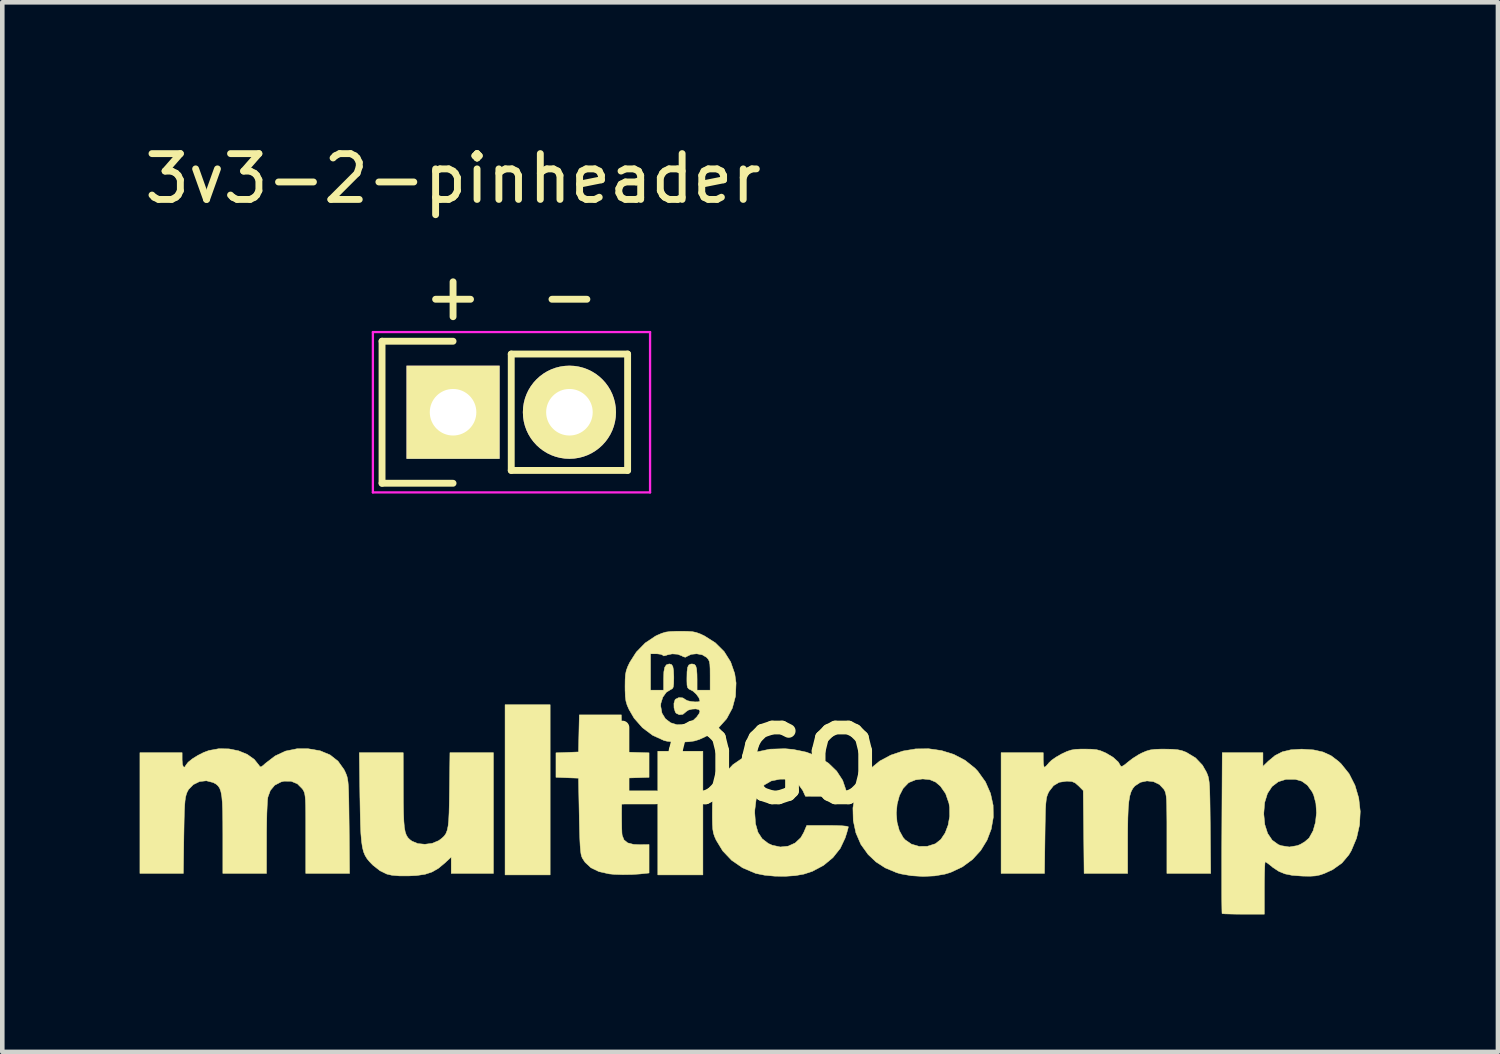
<source format=kicad_pcb>
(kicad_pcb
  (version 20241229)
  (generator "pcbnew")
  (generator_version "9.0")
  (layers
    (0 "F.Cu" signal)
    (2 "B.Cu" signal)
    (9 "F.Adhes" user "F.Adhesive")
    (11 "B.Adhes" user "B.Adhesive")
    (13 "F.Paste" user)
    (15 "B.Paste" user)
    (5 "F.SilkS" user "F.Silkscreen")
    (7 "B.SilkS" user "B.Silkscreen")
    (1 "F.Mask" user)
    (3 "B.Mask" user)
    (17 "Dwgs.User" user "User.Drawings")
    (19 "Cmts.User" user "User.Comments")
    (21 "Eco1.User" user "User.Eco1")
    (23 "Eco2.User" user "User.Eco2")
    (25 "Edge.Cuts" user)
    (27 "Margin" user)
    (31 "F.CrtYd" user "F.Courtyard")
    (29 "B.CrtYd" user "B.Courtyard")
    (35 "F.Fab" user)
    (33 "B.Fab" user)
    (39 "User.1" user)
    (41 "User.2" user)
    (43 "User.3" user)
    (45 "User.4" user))
  (footprint "3v3-2-pinheader"
    (layer "F.Cu")
    (at 6.839 5.948)
    (property "Reference" "3v3-2-pinheader" (at 0 -5.1 0) (layer "F.SilkS") (effects (font (size 1 1) (thickness 0.15))))
    (attr through_hole)
    (fp_line (start -1.55 -1.55) (end 0 -1.55) (stroke (width 0.15) (type solid)) (layer "F.SilkS"))
    (fp_line (start -1.55 1.55) (end -1.55 -1.55) (stroke (width 0.15) (type solid)) (layer "F.SilkS"))
    (fp_line (start 0 1.55) (end -1.55 1.55) (stroke (width 0.15) (type solid)) (layer "F.SilkS"))
    (fp_line (start 1.27 -1.27) (end 1.27 1.27) (stroke (width 0.15) (type solid)) (layer "F.SilkS"))
    (fp_line (start 1.27 -1.27) (end 3.81 -1.27) (stroke (width 0.15) (type solid)) (layer "F.SilkS"))
    (fp_line (start 1.27 1.27) (end 3.81 1.27) (stroke (width 0.15) (type solid)) (layer "F.SilkS"))
    (fp_line (start 3.81 1.27) (end 3.81 -1.27) (stroke (width 0.15) (type solid)) (layer "F.SilkS"))
    (fp_line (start -1.75 -1.75) (end 4.3 -1.75) (stroke (width 0.05) (type solid)) (layer "F.CrtYd"))
    (fp_line (start -1.75 1.75) (end -1.75 -1.75) (stroke (width 0.05) (type solid)) (layer "F.CrtYd"))
    (fp_line (start -1.75 1.75) (end 4.3 1.75) (stroke (width 0.05) (type solid)) (layer "F.CrtYd"))
    (fp_line (start 4.3 1.75) (end 4.3 -1.75) (stroke (width 0.05) (type solid)) (layer "F.CrtYd"))
    (fp_text user "+" (at 0 -2.54 0) (layer "F.SilkS") (effects (font (size 1 1) (thickness 0.15))))
    (fp_text user "-" (at 2.54 -2.54 0) (layer "F.SilkS") (effects (font (size 1 1) (thickness 0.15))))
    (pad "1" thru_hole rect (at 0 0 90) (size 2.032 2.032) (drill 1.016) (layers "*.Cu" "*.Mask" "F.SilkS"))
    (pad "2" thru_hole oval (at 2.54 0 90) (size 2.032 2.032) (drill 1.016) (layers "*.Cu" "*.Mask" "F.SilkS")))
  (footprint "LOGO"
    (layer "F.Cu")
    (at 13.149 13.665)
    (property "Reference" "LOGO" (at 0 0 0) (layer "F.SilkS") (effects (font (size 1.524 1.524) (thickness 0.3))))
    (attr through_hole)
    (fp_poly (pts (xy -4.191 2.381) (xy -5.175 2.381) (xy -5.175 -1.333) (xy -4.191 -1.333) (xy -4.191 2.381)) (stroke (width 0.01) (type solid)) (fill yes) (layer "F.SilkS"))
    (fp_poly (pts (xy -0.857 2.381) (xy -1.841 2.381) (xy -1.841 -0.318) (xy -0.857 -0.318) (xy -0.857 2.381)) (stroke (width 0.01) (type solid)) (fill yes) (layer "F.SilkS"))
    (fp_poly (pts (xy -2.628 -0.706) (xy -2.619 -0.302) (xy -2.326 -0.292) (xy -2.032 -0.283) (xy -2.032 0.252) (xy -2.326 0.261) (xy -2.619 0.27) (xy -2.629 0.841) (xy -2.631 1.033) (xy -2.63 1.21) (xy -2.628 1.358) (xy -2.624 1.466) (xy -2.619 1.516) (xy -2.579 1.617) (xy -2.498 1.683) (xy -2.37 1.716) (xy -2.236 1.722) (xy -2.032 1.719) (xy -2.032 2.34) (xy -2.227 2.361) (xy -2.408 2.373) (xy -2.606 2.376) (xy -2.791 2.37) (xy -2.905 2.359) (xy -3.127 2.309) (xy -3.3 2.226) (xy -3.429 2.106) (xy -3.486 2.02) (xy -3.503 1.981) (xy -3.517 1.927) (xy -3.527 1.851) (xy -3.536 1.746) (xy -3.543 1.602) (xy -3.549 1.412) (xy -3.555 1.169) (xy -3.556 1.095) (xy -3.572 0.27) (xy -3.818 0.261) (xy -4.064 0.251) (xy -4.064 -0.283) (xy -3.818 -0.292) (xy -3.572 -0.302) (xy -3.563 -0.706) (xy -3.554 -1.111) (xy -2.637 -1.111) (xy -2.628 -0.706)) (stroke (width 0.01) (type solid)) (fill yes) (layer "F.SilkS"))
    (fp_poly (pts (xy -7.877 -0.286) (xy -7.398 -0.286) (xy -7.396 0.532) (xy -7.395 0.81) (xy -7.391 1.033) (xy -7.384 1.207) (xy -7.373 1.34) (xy -7.355 1.44) (xy -7.33 1.513) (xy -7.297 1.567) (xy -7.254 1.61) (xy -7.207 1.645) (xy -7.08 1.698) (xy -6.925 1.713) (xy -6.767 1.693) (xy -6.629 1.636) (xy -6.61 1.624) (xy -6.55 1.578) (xy -6.502 1.532) (xy -6.465 1.478) (xy -6.438 1.408) (xy -6.418 1.313) (xy -6.405 1.187) (xy -6.397 1.022) (xy -6.392 0.808) (xy -6.388 0.539) (xy -6.388 0.532) (xy -6.378 -0.286) (xy -5.429 -0.286) (xy -5.429 2.349) (xy -6.35 2.349) (xy -6.35 1.992) (xy -6.495 2.126) (xy -6.633 2.24) (xy -6.77 2.318) (xy -6.921 2.368) (xy -7.105 2.395) (xy -7.271 2.403) (xy -7.483 2.403) (xy -7.645 2.389) (xy -7.757 2.363) (xy -7.906 2.29) (xy -8.057 2.171) (xy -8.063 2.166) (xy -8.13 2.097) (xy -8.185 2.031) (xy -8.229 1.96) (xy -8.264 1.877) (xy -8.289 1.775) (xy -8.308 1.645) (xy -8.322 1.482) (xy -8.331 1.278) (xy -8.337 1.025) (xy -8.342 0.716) (xy -8.343 0.691) (xy -8.356 -0.286) (xy -7.877 -0.286)) (stroke (width 0.01) (type solid)) (fill yes) (layer "F.SilkS"))
    (fp_poly (pts (xy 4.353 -0.332) (xy 4.621 -0.248) (xy 4.867 -0.119) (xy 5.084 0.055) (xy 5.144 0.119) (xy 5.311 0.352) (xy 5.421 0.603) (xy 5.478 0.862) (xy 5.482 1.123) (xy 5.437 1.38) (xy 5.345 1.623) (xy 5.208 1.847) (xy 5.028 2.044) (xy 4.808 2.206) (xy 4.55 2.327) (xy 4.428 2.364) (xy 4.202 2.403) (xy 3.949 2.415) (xy 3.692 2.399) (xy 3.458 2.358) (xy 3.37 2.332) (xy 3.124 2.229) (xy 2.921 2.098) (xy 2.749 1.935) (xy 2.591 1.715) (xy 2.483 1.465) (xy 2.425 1.196) (xy 2.421 1.034) (xy 3.365 1.034) (xy 3.381 1.232) (xy 3.43 1.414) (xy 3.514 1.566) (xy 3.556 1.614) (xy 3.695 1.71) (xy 3.861 1.759) (xy 4.039 1.758) (xy 4.211 1.704) (xy 4.223 1.698) (xy 4.338 1.606) (xy 4.431 1.466) (xy 4.496 1.294) (xy 4.53 1.102) (xy 4.528 0.906) (xy 4.513 0.815) (xy 4.441 0.607) (xy 4.328 0.445) (xy 4.222 0.355) (xy 4.095 0.302) (xy 3.941 0.287) (xy 3.783 0.307) (xy 3.646 0.363) (xy 3.625 0.377) (xy 3.514 0.493) (xy 3.433 0.65) (xy 3.383 0.836) (xy 3.365 1.034) (xy 2.421 1.034) (xy 2.418 0.92) (xy 2.463 0.646) (xy 2.562 0.388) (xy 2.622 0.282) (xy 2.792 0.069) (xy 3.002 -0.103) (xy 3.245 -0.233) (xy 3.509 -0.322) (xy 3.788 -0.369) (xy 4.072 -0.372) (xy 4.353 -0.332)) (stroke (width 0.01) (type solid)) (fill yes) (layer "F.SilkS"))
    (fp_poly (pts (xy 1.114 -0.357) (xy 1.404 -0.297) (xy 1.664 -0.194) (xy 1.886 -0.055) (xy 2.064 0.118) (xy 2.194 0.318) (xy 2.27 0.542) (xy 2.271 0.549) (xy 2.293 0.667) (xy 1.837 0.666) (xy 1.381 0.665) (xy 1.323 0.538) (xy 1.23 0.408) (xy 1.097 0.326) (xy 0.924 0.291) (xy 0.823 0.292) (xy 0.633 0.331) (xy 0.483 0.418) (xy 0.374 0.552) (xy 0.305 0.736) (xy 0.276 0.968) (xy 0.275 1.032) (xy 0.292 1.266) (xy 0.345 1.451) (xy 0.437 1.593) (xy 0.57 1.695) (xy 0.654 1.733) (xy 0.833 1.772) (xy 1.004 1.754) (xy 1.157 1.685) (xy 1.28 1.569) (xy 1.343 1.459) (xy 1.41 1.302) (xy 1.864 1.302) (xy 2.046 1.304) (xy 2.187 1.31) (xy 2.28 1.319) (xy 2.317 1.331) (xy 2.318 1.333) (xy 2.308 1.377) (xy 2.284 1.463) (xy 2.249 1.572) (xy 2.248 1.576) (xy 2.141 1.803) (xy 1.981 2.004) (xy 1.777 2.173) (xy 1.536 2.302) (xy 1.348 2.364) (xy 1.162 2.397) (xy 0.942 2.412) (xy 0.71 2.409) (xy 0.491 2.388) (xy 0.307 2.351) (xy 0.287 2.345) (xy 0.01 2.227) (xy -0.229 2.063) (xy -0.424 1.858) (xy -0.567 1.623) (xy -0.603 1.542) (xy -0.627 1.468) (xy -0.641 1.385) (xy -0.648 1.277) (xy -0.651 1.129) (xy -0.651 1.048) (xy -0.65 0.88) (xy -0.646 0.759) (xy -0.635 0.668) (xy -0.616 0.592) (xy -0.584 0.512) (xy -0.55 0.437) (xy -0.397 0.184) (xy -0.201 -0.025) (xy 0.034 -0.187) (xy 0.304 -0.3) (xy 0.606 -0.363) (xy 0.934 -0.373) (xy 1.114 -0.357)) (stroke (width 0.01) (type solid)) (fill yes) (layer "F.SilkS"))
    (fp_poly (pts (xy 12.224 -0.363) (xy 12.473 -0.347) (xy 12.679 -0.301) (xy 12.856 -0.219) (xy 13.019 -0.095) (xy 13.073 -0.044) (xy 13.248 0.174) (xy 13.376 0.426) (xy 13.458 0.703) (xy 13.491 0.994) (xy 13.476 1.289) (xy 13.411 1.578) (xy 13.296 1.852) (xy 13.241 1.945) (xy 13.091 2.123) (xy 12.889 2.267) (xy 12.705 2.351) (xy 12.606 2.384) (xy 12.511 2.403) (xy 12.398 2.41) (xy 12.248 2.408) (xy 12.208 2.406) (xy 12.006 2.391) (xy 11.848 2.359) (xy 11.714 2.304) (xy 11.586 2.22) (xy 11.533 2.176) (xy 11.467 2.125) (xy 11.423 2.097) (xy 11.417 2.095) (xy 11.411 2.126) (xy 11.406 2.209) (xy 11.402 2.336) (xy 11.399 2.497) (xy 11.398 2.667) (xy 11.398 3.239) (xy 10.943 3.239) (xy 10.78 3.238) (xy 10.641 3.235) (xy 10.537 3.232) (xy 10.481 3.227) (xy 10.475 3.225) (xy 10.473 3.192) (xy 10.471 3.101) (xy 10.469 2.958) (xy 10.468 2.769) (xy 10.468 2.539) (xy 10.468 2.275) (xy 10.468 1.983) (xy 10.469 1.667) (xy 10.47 1.463) (xy 10.472 1.042) (xy 11.385 1.042) (xy 11.385 1.048) (xy 11.408 1.283) (xy 11.47 1.476) (xy 11.569 1.623) (xy 11.703 1.72) (xy 11.763 1.743) (xy 11.944 1.772) (xy 12.115 1.743) (xy 12.179 1.718) (xy 12.278 1.66) (xy 12.362 1.588) (xy 12.378 1.571) (xy 12.462 1.419) (xy 12.515 1.231) (xy 12.536 1.026) (xy 12.523 0.822) (xy 12.475 0.639) (xy 12.443 0.57) (xy 12.339 0.425) (xy 12.216 0.336) (xy 12.072 0.295) (xy 11.872 0.295) (xy 11.702 0.348) (xy 11.566 0.452) (xy 11.466 0.604) (xy 11.405 0.802) (xy 11.385 1.042) (xy 10.472 1.042) (xy 10.479 -0.286) (xy 11.367 -0.286) (xy 11.367 0.013) (xy 11.486 -0.103) (xy 11.633 -0.225) (xy 11.791 -0.305) (xy 11.975 -0.349) (xy 12.2 -0.363) (xy 12.224 -0.363)) (stroke (width 0.01) (type solid)) (fill yes) (layer "F.SilkS"))
    (fp_poly (pts (xy -11.202 -0.369) (xy -10.992 -0.327) (xy -10.804 -0.25) (xy -10.65 -0.141) (xy -10.548 -0.014) (xy -10.524 0.021) (xy -10.496 0.022) (xy -10.448 -0.014) (xy -10.408 -0.051) (xy -10.194 -0.215) (xy -9.967 -0.321) (xy -9.716 -0.372) (xy -9.472 -0.372) (xy -9.212 -0.328) (xy -8.995 -0.238) (xy -8.821 -0.101) (xy -8.69 0.082) (xy -8.662 0.139) (xy -8.642 0.186) (xy -8.625 0.233) (xy -8.613 0.286) (xy -8.603 0.354) (xy -8.595 0.445) (xy -8.59 0.565) (xy -8.586 0.722) (xy -8.583 0.924) (xy -8.58 1.178) (xy -8.578 1.326) (xy -8.569 2.349) (xy -9.525 2.349) (xy -9.525 1.481) (xy -9.525 1.223) (xy -9.526 1.021) (xy -9.528 0.867) (xy -9.532 0.753) (xy -9.539 0.67) (xy -9.548 0.611) (xy -9.561 0.569) (xy -9.579 0.534) (xy -9.597 0.505) (xy -9.707 0.394) (xy -9.845 0.337) (xy -10.001 0.336) (xy -10.064 0.352) (xy -10.203 0.424) (xy -10.298 0.538) (xy -10.352 0.685) (xy -10.36 0.752) (xy -10.367 0.871) (xy -10.374 1.033) (xy -10.378 1.226) (xy -10.381 1.441) (xy -10.381 1.58) (xy -10.382 2.349) (xy -11.335 2.349) (xy -11.335 1.509) (xy -11.336 1.222) (xy -11.339 0.991) (xy -11.346 0.809) (xy -11.358 0.671) (xy -11.377 0.567) (xy -11.403 0.492) (xy -11.439 0.438) (xy -11.484 0.399) (xy -11.542 0.367) (xy -11.547 0.365) (xy -11.695 0.327) (xy -11.844 0.344) (xy -11.979 0.41) (xy -12.084 0.518) (xy -12.116 0.578) (xy -12.134 0.628) (xy -12.149 0.687) (xy -12.16 0.764) (xy -12.168 0.867) (xy -12.175 1.005) (xy -12.18 1.185) (xy -12.184 1.418) (xy -12.186 1.532) (xy -12.197 2.349) (xy -13.145 2.349) (xy -13.145 -0.286) (xy -12.224 -0.286) (xy -12.224 -0.127) (xy -12.216 -0.029) (xy -12.195 0.025) (xy -12.167 0.029) (xy -12.14 -0.016) (xy -12.093 -0.077) (xy -12.002 -0.151) (xy -11.884 -0.225) (xy -11.756 -0.29) (xy -11.638 -0.334) (xy -11.422 -0.373) (xy -11.202 -0.369)) (stroke (width 0.01) (type solid)) (fill yes) (layer "F.SilkS"))
    (fp_poly (pts (xy 7.625 -0.362) (xy 7.734 -0.352) (xy 7.824 -0.328) (xy 7.919 -0.288) (xy 7.945 -0.276) (xy 8.1 -0.183) (xy 8.211 -0.081) (xy 8.264 0.01) (xy 8.292 0.013) (xy 8.355 -0.026) (xy 8.413 -0.075) (xy 8.523 -0.16) (xy 8.654 -0.243) (xy 8.727 -0.281) (xy 8.821 -0.321) (xy 8.907 -0.346) (xy 9.007 -0.359) (xy 9.139 -0.364) (xy 9.223 -0.364) (xy 9.386 -0.361) (xy 9.504 -0.351) (xy 9.598 -0.331) (xy 9.688 -0.297) (xy 9.7 -0.291) (xy 9.897 -0.172) (xy 10.047 -0.014) (xy 10.134 0.139) (xy 10.154 0.186) (xy 10.171 0.233) (xy 10.183 0.286) (xy 10.193 0.354) (xy 10.201 0.445) (xy 10.206 0.565) (xy 10.21 0.722) (xy 10.213 0.924) (xy 10.216 1.178) (xy 10.218 1.326) (xy 10.227 2.349) (xy 9.271 2.349) (xy 9.271 1.484) (xy 9.271 1.226) (xy 9.269 1.023) (xy 9.267 0.868) (xy 9.263 0.752) (xy 9.256 0.668) (xy 9.246 0.609) (xy 9.233 0.565) (xy 9.215 0.529) (xy 9.207 0.514) (xy 9.108 0.408) (xy 8.979 0.346) (xy 8.835 0.33) (xy 8.694 0.36) (xy 8.572 0.44) (xy 8.57 0.442) (xy 8.525 0.497) (xy 8.489 0.567) (xy 8.461 0.658) (xy 8.441 0.779) (xy 8.427 0.936) (xy 8.419 1.137) (xy 8.415 1.389) (xy 8.414 1.605) (xy 8.414 2.349) (xy 7.464 2.349) (xy 7.455 1.445) (xy 7.445 0.541) (xy 7.342 0.437) (xy 7.268 0.373) (xy 7.197 0.343) (xy 7.1 0.336) (xy 7.079 0.336) (xy 6.92 0.36) (xy 6.797 0.433) (xy 6.699 0.559) (xy 6.683 0.589) (xy 6.664 0.633) (xy 6.648 0.682) (xy 6.637 0.745) (xy 6.628 0.831) (xy 6.621 0.948) (xy 6.617 1.104) (xy 6.613 1.308) (xy 6.61 1.532) (xy 6.599 2.349) (xy 5.652 2.349) (xy 5.652 -0.286) (xy 6.572 -0.286) (xy 6.572 -0.127) (xy 6.577 -0.036) (xy 6.589 0.021) (xy 6.598 0.032) (xy 6.632 0.009) (xy 6.683 -0.048) (xy 6.692 -0.061) (xy 6.755 -0.122) (xy 6.856 -0.192) (xy 6.972 -0.258) (xy 6.976 -0.26) (xy 7.087 -0.312) (xy 7.179 -0.343) (xy 7.274 -0.359) (xy 7.397 -0.365) (xy 7.477 -0.365) (xy 7.625 -0.362)) (stroke (width 0.01) (type solid)) (fill yes) (layer "F.SilkS"))
    (fp_poly (pts (xy -1.197 -2.935) (xy -1.088 -2.928) (xy -1.002 -2.91) (xy -0.916 -2.879) (xy -0.821 -2.834) (xy -0.585 -2.684) (xy -0.393 -2.493) (xy -0.251 -2.267) (xy -0.162 -2.012) (xy -0.133 -1.808) (xy -0.145 -1.52) (xy -0.214 -1.259) (xy -0.338 -1.028) (xy -0.516 -0.829) (xy -0.746 -0.667) (xy -0.82 -0.628) (xy -0.938 -0.574) (xy -1.043 -0.542) (xy -1.161 -0.525) (xy -1.298 -0.518) (xy -1.485 -0.519) (xy -1.638 -0.536) (xy -1.705 -0.552) (xy -1.955 -0.666) (xy -2.176 -0.832) (xy -2.359 -1.04) (xy -2.471 -1.233) (xy -2.512 -1.327) (xy -2.537 -1.413) (xy -2.55 -1.512) (xy -2.555 -1.644) (xy -2.556 -1.731) (xy -2.554 -1.883) (xy -2.547 -1.991) (xy -2.529 -2.078) (xy -2.498 -2.164) (xy -2.453 -2.258) (xy -2.334 -2.445) (xy -2 -2.445) (xy -2 -1.651) (xy -1.714 -1.651) (xy -1.714 -1.899) (xy -1.709 -2.051) (xy -1.69 -2.149) (xy -1.654 -2.203) (xy -1.597 -2.222) (xy -1.585 -2.223) (xy -1.541 -2.21) (xy -1.513 -2.167) (xy -1.498 -2.082) (xy -1.492 -1.947) (xy -1.492 -1.905) (xy -1.495 -1.787) (xy -1.504 -1.718) (xy -1.525 -1.682) (xy -1.554 -1.667) (xy -1.655 -1.605) (xy -1.732 -1.497) (xy -1.774 -1.364) (xy -1.778 -1.304) (xy -1.75 -1.149) (xy -1.675 -1.026) (xy -1.561 -0.939) (xy -1.421 -0.896) (xy -1.263 -0.902) (xy -1.163 -0.933) (xy -1.073 -0.987) (xy -0.992 -1.064) (xy -0.936 -1.144) (xy -0.921 -1.195) (xy -0.947 -1.228) (xy -1.012 -1.242) (xy -1.095 -1.237) (xy -1.174 -1.216) (xy -1.227 -1.18) (xy -1.231 -1.175) (xy -1.293 -1.124) (xy -1.372 -1.115) (xy -1.44 -1.147) (xy -1.459 -1.173) (xy -1.487 -1.263) (xy -1.489 -1.362) (xy -1.465 -1.44) (xy -1.454 -1.454) (xy -1.381 -1.489) (xy -1.295 -1.482) (xy -1.238 -1.445) (xy -1.194 -1.421) (xy -1.118 -1.404) (xy -1.033 -1.395) (xy -0.96 -1.396) (xy -0.922 -1.41) (xy -0.921 -1.414) (xy -0.944 -1.485) (xy -1.002 -1.565) (xy -1.075 -1.631) (xy -1.11 -1.65) (xy -1.161 -1.675) (xy -1.19 -1.706) (xy -1.203 -1.76) (xy -1.206 -1.854) (xy -1.206 -1.906) (xy -1.203 -2.053) (xy -1.191 -2.147) (xy -1.165 -2.199) (xy -1.123 -2.22) (xy -1.095 -2.223) (xy -1.045 -2.214) (xy -1.013 -2.181) (xy -0.994 -2.113) (xy -0.986 -2) (xy -0.984 -1.887) (xy -0.984 -1.651) (xy -0.699 -1.651) (xy -0.699 -1.97) (xy -0.7 -2.117) (xy -0.705 -2.216) (xy -0.717 -2.28) (xy -0.74 -2.325) (xy -0.775 -2.365) (xy -0.776 -2.367) (xy -0.871 -2.423) (xy -0.992 -2.445) (xy -1.112 -2.433) (xy -1.187 -2.397) (xy -1.241 -2.369) (xy -1.291 -2.384) (xy -1.313 -2.398) (xy -1.408 -2.435) (xy -1.526 -2.443) (xy -1.633 -2.421) (xy -1.651 -2.413) (xy -1.712 -2.398) (xy -1.73 -2.413) (xy -1.772 -2.433) (xy -1.851 -2.444) (xy -1.875 -2.445) (xy -2 -2.445) (xy -2.334 -2.445) (xy -2.308 -2.484) (xy -2.117 -2.68) (xy -1.893 -2.83) (xy -1.848 -2.852) (xy -1.754 -2.892) (xy -1.668 -2.918) (xy -1.569 -2.931) (xy -1.438 -2.936) (xy -1.349 -2.937) (xy -1.197 -2.935)) (stroke (width 0.01) (type solid)) (fill yes) (layer "F.SilkS")))
  (gr_rect
    (start -3 -3)
    (end 29.646 19.909)
    (stroke (width 0.1) (type default))
    (fill no)
    (layer "Edge.Cuts")))
</source>
